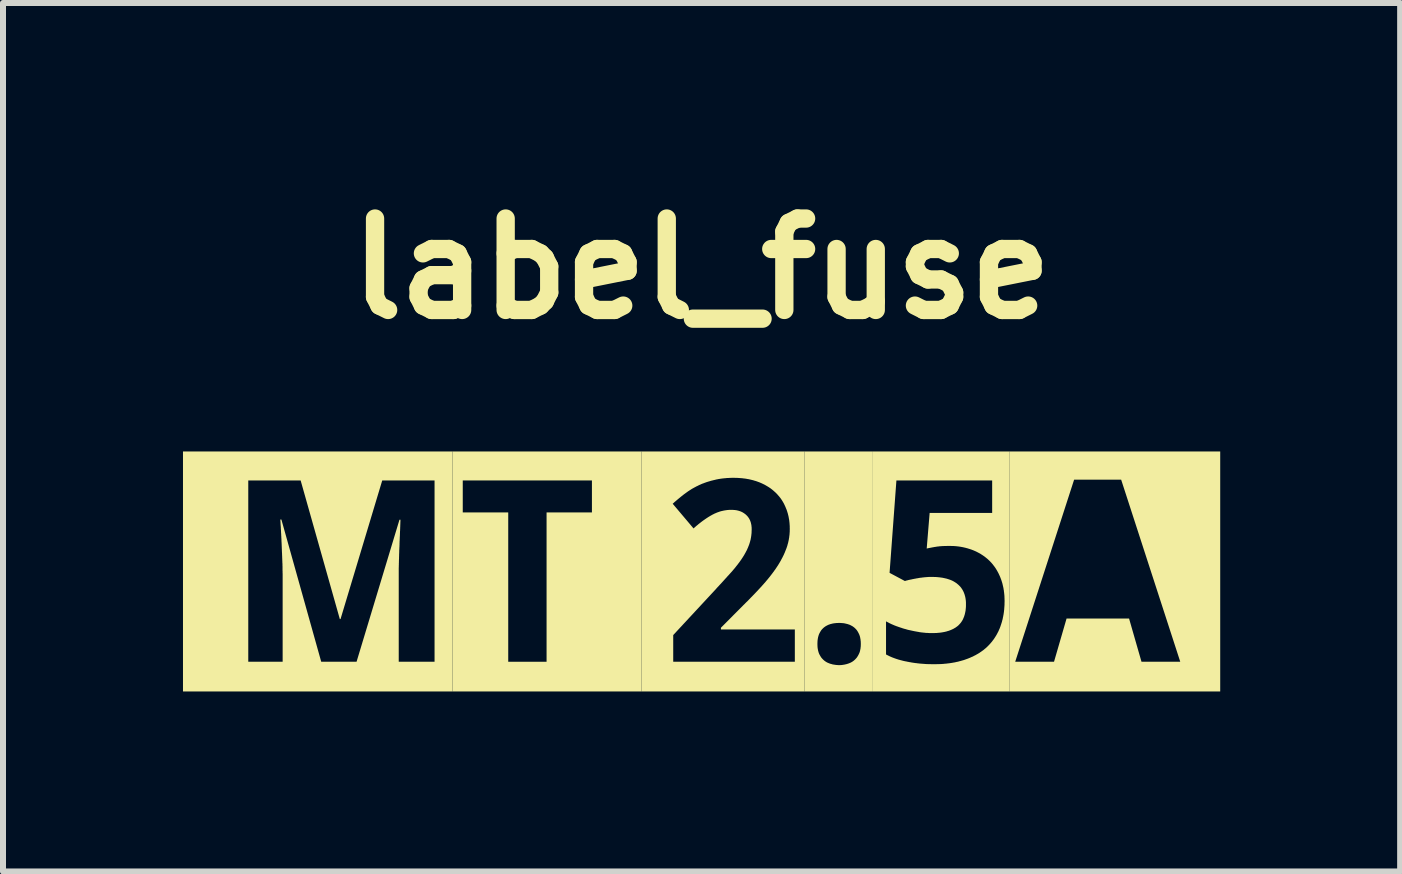
<source format=kicad_pcb>
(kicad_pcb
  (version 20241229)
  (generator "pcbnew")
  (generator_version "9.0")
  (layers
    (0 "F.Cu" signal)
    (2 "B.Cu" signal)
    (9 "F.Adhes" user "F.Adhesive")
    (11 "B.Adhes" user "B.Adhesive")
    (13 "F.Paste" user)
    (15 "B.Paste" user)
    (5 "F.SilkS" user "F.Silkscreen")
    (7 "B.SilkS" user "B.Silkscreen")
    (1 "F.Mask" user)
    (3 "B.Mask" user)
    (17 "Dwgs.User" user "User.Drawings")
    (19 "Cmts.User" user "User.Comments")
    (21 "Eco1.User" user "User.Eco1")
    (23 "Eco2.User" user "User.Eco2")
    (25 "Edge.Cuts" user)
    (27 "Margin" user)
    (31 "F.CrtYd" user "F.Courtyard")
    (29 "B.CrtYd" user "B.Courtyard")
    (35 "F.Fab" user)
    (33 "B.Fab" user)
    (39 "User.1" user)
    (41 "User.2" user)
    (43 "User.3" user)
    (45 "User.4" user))
  (footprint "label_fuse"
    (layer "F.Cu")
    (at 8.644 6.475)
    (property "Reference" "label_fuse" (at 0 -5.048 0) (layer "F.SilkS") (effects (font (size 1.524 1.524) (thickness 0.305))))
    (attr smd)
    (fp_poly (pts (xy -4.15 -2) (xy -3.981 -1.517) (xy -1.828 -1.517) (xy -1.828 -0.984) (xy -2.584 -0.984) (xy -2.584 1.505) (xy -3.223 1.505) (xy -3.223 -0.984) (xy -3.981 -0.984) (xy -3.981 -1.517) (xy -4.15 -2) (xy -4.15 2) (xy -1.004 2) (xy -1.004 -2) (xy -4.15 -2)) (stroke (width 0) (type solid)) (fill yes) (layer "F.SilkS"))
    (fp_poly (pts (xy 5.128 -2) (xy 6.209 -1.53) (xy 6.993 -1.53) (xy 7.978 1.505) (xy 7.332 1.505) (xy 7.125 0.785) (xy 6.083 0.785) (xy 5.874 1.505) (xy 5.227 1.505) (xy 6.209 -1.53) (xy 5.128 -2) (xy 5.128 2) (xy 8.644 2) (xy 8.644 -2) (xy 5.128 -2)) (stroke (width 0) (type solid)) (fill yes) (layer "F.SilkS"))
    (fp_poly (pts (xy -8.644 -2) (xy -7.556 -1.517) (xy -6.683 -1.517) (xy -6.03 0.793) (xy -6.018 0.793) (xy -5.323 -1.517) (xy -4.451 -1.517) (xy -4.451 1.505) (xy -5.048 1.505) (xy -5.048 0.074) (xy -5.048 -0.048) (xy -5.048 -0.06) (xy -5.047 -0.073) (xy -5.047 -0.085) (xy -5.047 -0.098) (xy -5.046 -0.111) (xy -5.046 -0.124) (xy -5.046 -0.138) (xy -5.045 -0.151) (xy -5.045 -0.165) (xy -5.045 -0.178) (xy -5.044 -0.192) (xy -5.044 -0.205) (xy -5.043 -0.218) (xy -5.043 -0.231) (xy -5.043 -0.243) (xy -5.042 -0.256) (xy -5.042 -0.269) (xy -5.042 -0.282) (xy -5.041 -0.295) (xy -5.041 -0.308) (xy -5.04 -0.321) (xy -5.04 -0.334) (xy -5.04 -0.348) (xy -5.039 -0.362) (xy -5.038 -0.376) (xy -5.038 -0.39) (xy -5.037 -0.404) (xy -5.036 -0.418) (xy -5.036 -0.432) (xy -5.035 -0.446) (xy -5.035 -0.459) (xy -5.035 -0.473) (xy -5.034 -0.487) (xy -5.034 -0.5) (xy -5.033 -0.514) (xy -5.032 -0.527) (xy -5.032 -0.54) (xy -5.031 -0.554) (xy -5.031 -0.568) (xy -5.03 -0.581) (xy -5.029 -0.595) (xy -5.029 -0.608) (xy -5.028 -0.622) (xy -5.028 -0.636) (xy -5.027 -0.65) (xy -5.027 -0.664) (xy -5.026 -0.677) (xy -5.025 -0.691) (xy -5.025 -0.705) (xy -5.024 -0.719) (xy -5.024 -0.733) (xy -5.023 -0.747) (xy -5.023 -0.762) (xy -5.022 -0.776) (xy -5.022 -0.79) (xy -5.021 -0.804) (xy -5.021 -0.819) (xy -5.02 -0.833) (xy -5.02 -0.847) (xy -5.019 -0.862) (xy -5.036 -0.862) (xy -5.751 1.505) (xy -6.34 1.505) (xy -7.004 -0.866) (xy -7.022 -0.866) (xy -7.021 -0.852) (xy -7.02 -0.838) (xy -7.019 -0.824) (xy -7.018 -0.81) (xy -7.018 -0.796) (xy -7.017 -0.782) (xy -7.016 -0.768) (xy -7.015 -0.755) (xy -7.014 -0.741) (xy -7.013 -0.727) (xy -7.013 -0.713) (xy -7.012 -0.7) (xy -7.011 -0.686) (xy -7.01 -0.672) (xy -7.01 -0.659) (xy -7.009 -0.645) (xy -7.008 -0.631) (xy -7.007 -0.618) (xy -7.007 -0.605) (xy -7.006 -0.591) (xy -7.005 -0.578) (xy -7.005 -0.564) (xy -7.004 -0.551) (xy -7.003 -0.538) (xy -7.003 -0.524) (xy -7.002 -0.511) (xy -7.002 -0.498) (xy -7.001 -0.485) (xy -7 -0.472) (xy -7 -0.46) (xy -6.999 -0.447) (xy -6.999 -0.434) (xy -6.998 -0.421) (xy -6.998 -0.407) (xy -6.997 -0.394) (xy -6.997 -0.381) (xy -6.996 -0.368) (xy -6.996 -0.354) (xy -6.995 -0.341) (xy -6.995 -0.328) (xy -6.994 -0.314) (xy -6.993 -0.301) (xy -6.993 -0.288) (xy -6.992 -0.274) (xy -6.992 -0.261) (xy -6.991 -0.248) (xy -6.991 -0.235) (xy -6.99 -0.222) (xy -6.99 -0.208) (xy -6.989 -0.195) (xy -6.989 -0.182) (xy -6.988 -0.168) (xy -6.988 -0.154) (xy -6.987 -0.14) (xy -6.986 -0.126) (xy -6.986 -0.112) (xy -6.986 -0.098) (xy -6.985 -0.085) (xy -6.985 -0.071) (xy -6.985 -0.058) (xy -6.985 -0.044) (xy -6.985 -0.031) (xy -6.985 -0.017) (xy -6.984 -0.003) (xy -6.984 0.011) (xy -6.984 0.024) (xy -6.983 0.038) (xy -6.983 0.05) (xy -6.983 0.063) (xy -6.983 0.075) (xy -6.983 0.087) (xy -6.983 0.099) (xy -6.983 1.505) (xy -7.556 1.505) (xy -7.556 -1.517) (xy -8.644 -2) (xy -8.644 2) (xy -4.15 2) (xy -4.15 -2) (xy -8.644 -2)) (stroke (width 0) (type solid)) (fill yes) (layer "F.SilkS"))
    (fp_poly (pts (xy 1.718 -2) (xy 2.294 0.858) (xy 2.309 0.858) (xy 2.323 0.859) (xy 2.337 0.86) (xy 2.351 0.861) (xy 2.364 0.862) (xy 2.378 0.864) (xy 2.391 0.867) (xy 2.404 0.87) (xy 2.417 0.873) (xy 2.43 0.876) (xy 2.443 0.88) (xy 2.456 0.885) (xy 2.469 0.889) (xy 2.481 0.895) (xy 2.492 0.901) (xy 2.504 0.907) (xy 2.515 0.913) (xy 2.526 0.921) (xy 2.536 0.928) (xy 2.546 0.936) (xy 2.556 0.945) (xy 2.565 0.954) (xy 2.574 0.963) (xy 2.583 0.974) (xy 2.591 0.984) (xy 2.598 0.996) (xy 2.606 1.007) (xy 2.612 1.02) (xy 2.619 1.033) (xy 2.625 1.046) (xy 2.63 1.057) (xy 2.634 1.069) (xy 2.638 1.081) (xy 2.641 1.093) (xy 2.644 1.106) (xy 2.646 1.12) (xy 2.649 1.134) (xy 2.65 1.148) (xy 2.652 1.162) (xy 2.653 1.178) (xy 2.653 1.193) (xy 2.654 1.209) (xy 2.653 1.224) (xy 2.653 1.239) (xy 2.652 1.254) (xy 2.65 1.268) (xy 2.649 1.282) (xy 2.646 1.295) (xy 2.644 1.309) (xy 2.641 1.321) (xy 2.638 1.334) (xy 2.634 1.346) (xy 2.63 1.357) (xy 2.625 1.368) (xy 2.619 1.381) (xy 2.612 1.394) (xy 2.606 1.406) (xy 2.598 1.418) (xy 2.591 1.429) (xy 2.583 1.44) (xy 2.574 1.45) (xy 2.565 1.46) (xy 2.556 1.469) (xy 2.546 1.478) (xy 2.536 1.487) (xy 2.526 1.494) (xy 2.515 1.502) (xy 2.504 1.509) (xy 2.492 1.515) (xy 2.481 1.521) (xy 2.469 1.526) (xy 2.456 1.531) (xy 2.443 1.536) (xy 2.43 1.54) (xy 2.417 1.544) (xy 2.404 1.547) (xy 2.391 1.55) (xy 2.378 1.553) (xy 2.364 1.555) (xy 2.351 1.557) (xy 2.337 1.559) (xy 2.323 1.56) (xy 2.309 1.561) (xy 2.294 1.561) (xy 2.28 1.561) (xy 2.267 1.56) (xy 2.253 1.559) (xy 2.24 1.558) (xy 2.227 1.556) (xy 2.214 1.554) (xy 2.201 1.552) (xy 2.188 1.55) (xy 2.176 1.547) (xy 2.164 1.543) (xy 2.151 1.54) (xy 2.138 1.536) (xy 2.126 1.531) (xy 2.113 1.526) (xy 2.101 1.521) (xy 2.089 1.515) (xy 2.078 1.509) (xy 2.067 1.502) (xy 2.056 1.494) (xy 2.046 1.487) (xy 2.036 1.478) (xy 2.026 1.469) (xy 2.017 1.46) (xy 2.008 1.45) (xy 1.999 1.44) (xy 1.991 1.429) (xy 1.984 1.418) (xy 1.977 1.406) (xy 1.97 1.394) (xy 1.963 1.381) (xy 1.957 1.368) (xy 1.953 1.357) (xy 1.949 1.346) (xy 1.946 1.334) (xy 1.942 1.321) (xy 1.94 1.309) (xy 1.937 1.295) (xy 1.935 1.282) (xy 1.933 1.268) (xy 1.932 1.254) (xy 1.931 1.239) (xy 1.931 1.224) (xy 1.93 1.209) (xy 1.931 1.193) (xy 1.931 1.178) (xy 1.932 1.162) (xy 1.933 1.148) (xy 1.935 1.134) (xy 1.937 1.12) (xy 1.94 1.106) (xy 1.942 1.093) (xy 1.946 1.081) (xy 1.949 1.069) (xy 1.953 1.057) (xy 1.957 1.046) (xy 1.963 1.033) (xy 1.97 1.02) (xy 1.977 1.007) (xy 1.984 0.996) (xy 1.991 0.984) (xy 1.999 0.974) (xy 2.008 0.963) (xy 2.017 0.954) (xy 2.026 0.945) (xy 2.036 0.936) (xy 2.046 0.928) (xy 2.056 0.921) (xy 2.067 0.913) (xy 2.078 0.907) (xy 2.089 0.901) (xy 2.101 0.895) (xy 2.113 0.889) (xy 2.126 0.885) (xy 2.138 0.88) (xy 2.151 0.876) (xy 2.164 0.873) (xy 2.176 0.87) (xy 2.188 0.867) (xy 2.201 0.865) (xy 2.214 0.863) (xy 2.227 0.862) (xy 2.24 0.86) (xy 2.253 0.859) (xy 2.267 0.859) (xy 2.28 0.858) (xy 2.294 0.858) (xy 1.718 -2) (xy 1.718 2) (xy 2.855 2) (xy 2.855 -2) (xy 1.718 -2)) (stroke (width 0) (type solid)) (fill yes) (layer "F.SilkS"))
    (fp_poly (pts (xy -1.004 -2) (xy 0.533 -1.561) (xy 0.548 -1.561) (xy 0.563 -1.56) (xy 0.577 -1.56) (xy 0.592 -1.56) (xy 0.607 -1.559) (xy 0.621 -1.558) (xy 0.635 -1.557) (xy 0.649 -1.556) (xy 0.663 -1.555) (xy 0.677 -1.554) (xy 0.691 -1.552) (xy 0.705 -1.55) (xy 0.718 -1.549) (xy 0.732 -1.547) (xy 0.745 -1.545) (xy 0.759 -1.542) (xy 0.772 -1.54) (xy 0.785 -1.538) (xy 0.798 -1.535) (xy 0.811 -1.532) (xy 0.824 -1.529) (xy 0.836 -1.526) (xy 0.849 -1.523) (xy 0.861 -1.52) (xy 0.873 -1.516) (xy 0.886 -1.512) (xy 0.898 -1.509) (xy 0.91 -1.505) (xy 0.922 -1.501) (xy 0.935 -1.496) (xy 0.949 -1.491) (xy 0.963 -1.486) (xy 0.976 -1.48) (xy 0.989 -1.475) (xy 1.002 -1.469) (xy 1.015 -1.463) (xy 1.027 -1.457) (xy 1.04 -1.451) (xy 1.052 -1.445) (xy 1.064 -1.438) (xy 1.076 -1.431) (xy 1.088 -1.424) (xy 1.1 -1.417) (xy 1.111 -1.41) (xy 1.123 -1.403) (xy 1.134 -1.395) (xy 1.145 -1.388) (xy 1.156 -1.38) (xy 1.166 -1.372) (xy 1.177 -1.364) (xy 1.187 -1.355) (xy 1.197 -1.347) (xy 1.207 -1.338) (xy 1.217 -1.329) (xy 1.227 -1.32) (xy 1.237 -1.311) (xy 1.247 -1.301) (xy 1.256 -1.291) (xy 1.265 -1.282) (xy 1.274 -1.271) (xy 1.283 -1.261) (xy 1.292 -1.251) (xy 1.3 -1.24) (xy 1.309 -1.23) (xy 1.317 -1.219) (xy 1.325 -1.208) (xy 1.332 -1.197) (xy 1.34 -1.185) (xy 1.347 -1.174) (xy 1.354 -1.162) (xy 1.361 -1.15) (xy 1.368 -1.138) (xy 1.374 -1.126) (xy 1.38 -1.114) (xy 1.386 -1.101) (xy 1.392 -1.088) (xy 1.398 -1.075) (xy 1.403 -1.062) (xy 1.408 -1.05) (xy 1.413 -1.038) (xy 1.418 -1.026) (xy 1.422 -1.013) (xy 1.426 -1.001) (xy 1.43 -0.988) (xy 1.434 -0.975) (xy 1.438 -0.962) (xy 1.441 -0.949) (xy 1.444 -0.936) (xy 1.448 -0.923) (xy 1.45 -0.909) (xy 1.453 -0.896) (xy 1.455 -0.882) (xy 1.458 -0.868) (xy 1.46 -0.854) (xy 1.462 -0.84) (xy 1.463 -0.826) (xy 1.465 -0.812) (xy 1.466 -0.798) (xy 1.467 -0.783) (xy 1.468 -0.769) (xy 1.469 -0.754) (xy 1.469 -0.739) (xy 1.469 -0.724) (xy 1.47 -0.709) (xy 1.469 -0.695) (xy 1.469 -0.681) (xy 1.469 -0.667) (xy 1.468 -0.653) (xy 1.467 -0.639) (xy 1.466 -0.625) (xy 1.465 -0.611) (xy 1.463 -0.597) (xy 1.461 -0.583) (xy 1.46 -0.569) (xy 1.457 -0.555) (xy 1.455 -0.542) (xy 1.453 -0.528) (xy 1.45 -0.514) (xy 1.447 -0.501) (xy 1.444 -0.487) (xy 1.441 -0.474) (xy 1.437 -0.461) (xy 1.433 -0.447) (xy 1.43 -0.434) (xy 1.426 -0.421) (xy 1.421 -0.407) (xy 1.417 -0.394) (xy 1.412 -0.381) (xy 1.407 -0.368) (xy 1.402 -0.356) (xy 1.397 -0.343) (xy 1.392 -0.331) (xy 1.387 -0.318) (xy 1.382 -0.306) (xy 1.376 -0.294) (xy 1.371 -0.281) (xy 1.365 -0.269) (xy 1.359 -0.257) (xy 1.353 -0.245) (xy 1.347 -0.232) (xy 1.34 -0.22) (xy 1.334 -0.208) (xy 1.327 -0.196) (xy 1.321 -0.183) (xy 1.314 -0.171) (xy 1.307 -0.159) (xy 1.3 -0.147) (xy 1.293 -0.135) (xy 1.285 -0.123) (xy 1.278 -0.11) (xy 1.27 -0.098) (xy 1.262 -0.086) (xy 1.254 -0.074) (xy 1.246 -0.062) (xy 1.238 -0.05) (xy 1.231 -0.039) (xy 1.223 -0.028) (xy 1.215 -0.018) (xy 1.208 -0.007) (xy 1.2 0.004) (xy 1.192 0.014) (xy 1.184 0.025) (xy 1.176 0.036) (xy 1.168 0.046) (xy 1.16 0.057) (xy 1.151 0.068) (xy 1.143 0.079) (xy 1.135 0.089) (xy 1.126 0.1) (xy 1.117 0.111) (xy 1.109 0.121) (xy 1.1 0.132) (xy 1.091 0.143) (xy 1.082 0.153) (xy 1.073 0.164) (xy 1.064 0.175) (xy 1.055 0.186) (xy 1.045 0.196) (xy 1.036 0.207) (xy 1.026 0.218) (xy 1.017 0.228) (xy 1.007 0.239) (xy 0.998 0.25) (xy 0.988 0.26) (xy 0.979 0.27) (xy 0.97 0.28) (xy 0.96 0.29) (xy 0.951 0.3) (xy 0.942 0.31) (xy 0.933 0.32) (xy 0.923 0.33) (xy 0.914 0.34) (xy 0.904 0.35) (xy 0.895 0.36) (xy 0.885 0.37) (xy 0.876 0.38) (xy 0.866 0.39) (xy 0.856 0.4) (xy 0.847 0.41) (xy 0.837 0.42) (xy 0.827 0.43) (xy 0.817 0.44) (xy 0.808 0.45) (xy 0.798 0.46) (xy 0.788 0.47) (xy 0.778 0.481) (xy 0.768 0.491) (xy 0.758 0.501) (xy 0.747 0.511) (xy 0.737 0.521) (xy 0.727 0.531) (xy 0.717 0.542) (xy 0.706 0.552) (xy 0.696 0.562) (xy 0.686 0.572) (xy 0.322 0.938) (xy 0.322 0.967) (xy 1.554 0.967) (xy 1.554 1.505) (xy -0.473 1.505) (xy -0.473 1.06) (xy 0.238 0.294) (xy 0.248 0.282) (xy 0.258 0.271) (xy 0.268 0.26) (xy 0.278 0.25) (xy 0.288 0.239) (xy 0.298 0.228) (xy 0.308 0.217) (xy 0.318 0.207) (xy 0.328 0.196) (xy 0.337 0.186) (xy 0.347 0.175) (xy 0.356 0.165) (xy 0.366 0.154) (xy 0.375 0.144) (xy 0.384 0.134) (xy 0.393 0.124) (xy 0.402 0.114) (xy 0.412 0.104) (xy 0.42 0.094) (xy 0.429 0.084) (xy 0.438 0.074) (xy 0.447 0.065) (xy 0.456 0.055) (xy 0.464 0.046) (xy 0.473 0.036) (xy 0.481 0.027) (xy 0.491 0.016) (xy 0.501 0.005) (xy 0.511 -0.006) (xy 0.52 -0.017) (xy 0.529 -0.028) (xy 0.539 -0.039) (xy 0.548 -0.05) (xy 0.557 -0.061) (xy 0.566 -0.072) (xy 0.574 -0.083) (xy 0.583 -0.094) (xy 0.591 -0.104) (xy 0.6 -0.115) (xy 0.608 -0.126) (xy 0.616 -0.137) (xy 0.624 -0.147) (xy 0.632 -0.158) (xy 0.64 -0.169) (xy 0.647 -0.179) (xy 0.655 -0.19) (xy 0.662 -0.2) (xy 0.669 -0.211) (xy 0.677 -0.223) (xy 0.685 -0.235) (xy 0.693 -0.248) (xy 0.701 -0.26) (xy 0.708 -0.272) (xy 0.715 -0.284) (xy 0.722 -0.297) (xy 0.729 -0.309) (xy 0.736 -0.322) (xy 0.742 -0.334) (xy 0.749 -0.346) (xy 0.755 -0.359) (xy 0.761 -0.371) (xy 0.766 -0.384) (xy 0.772 -0.396) (xy 0.777 -0.409) (xy 0.782 -0.422) (xy 0.787 -0.434) (xy 0.792 -0.447) (xy 0.796 -0.459) (xy 0.8 -0.472) (xy 0.804 -0.485) (xy 0.808 -0.498) (xy 0.811 -0.511) (xy 0.815 -0.524) (xy 0.818 -0.537) (xy 0.82 -0.551) (xy 0.823 -0.564) (xy 0.825 -0.578) (xy 0.827 -0.592) (xy 0.829 -0.605) (xy 0.83 -0.619) (xy 0.832 -0.633) (xy 0.833 -0.647) (xy 0.833 -0.661) (xy 0.834 -0.676) (xy 0.834 -0.69) (xy 0.835 -0.705) (xy 0.834 -0.72) (xy 0.834 -0.735) (xy 0.832 -0.749) (xy 0.831 -0.763) (xy 0.829 -0.777) (xy 0.826 -0.79) (xy 0.823 -0.804) (xy 0.82 -0.816) (xy 0.816 -0.829) (xy 0.811 -0.841) (xy 0.807 -0.853) (xy 0.801 -0.864) (xy 0.796 -0.875) (xy 0.789 -0.886) (xy 0.783 -0.896) (xy 0.775 -0.906) (xy 0.768 -0.916) (xy 0.76 -0.925) (xy 0.751 -0.934) (xy 0.742 -0.943) (xy 0.733 -0.951) (xy 0.723 -0.959) (xy 0.713 -0.966) (xy 0.703 -0.973) (xy 0.692 -0.98) (xy 0.682 -0.986) (xy 0.67 -0.992) (xy 0.659 -0.997) (xy 0.647 -1.002) (xy 0.635 -1.006) (xy 0.622 -1.01) (xy 0.609 -1.014) (xy 0.596 -1.017) (xy 0.583 -1.02) (xy 0.569 -1.022) (xy 0.555 -1.024) (xy 0.541 -1.025) (xy 0.526 -1.026) (xy 0.511 -1.027) (xy 0.496 -1.027) (xy 0.482 -1.027) (xy 0.468 -1.027) (xy 0.455 -1.026) (xy 0.441 -1.025) (xy 0.428 -1.024) (xy 0.415 -1.022) (xy 0.401 -1.02) (xy 0.388 -1.018) (xy 0.375 -1.016) (xy 0.362 -1.013) (xy 0.348 -1.01) (xy 0.335 -1.007) (xy 0.322 -1.004) (xy 0.309 -1) (xy 0.296 -0.996) (xy 0.283 -0.991) (xy 0.27 -0.987) (xy 0.258 -0.982) (xy 0.245 -0.977) (xy 0.232 -0.971) (xy 0.219 -0.966) (xy 0.207 -0.96) (xy 0.194 -0.953) (xy 0.181 -0.947) (xy 0.171 -0.941) (xy 0.16 -0.935) (xy 0.149 -0.929) (xy 0.138 -0.922) (xy 0.127 -0.916) (xy 0.116 -0.909) (xy 0.105 -0.902) (xy 0.094 -0.895) (xy 0.083 -0.888) (xy 0.072 -0.88) (xy 0.061 -0.873) (xy 0.05 -0.865) (xy 0.038 -0.857) (xy 0.027 -0.849) (xy 0.016 -0.841) (xy 0.004 -0.832) (xy -0.007 -0.824) (xy -0.018 -0.815) (xy -0.03 -0.806) (xy -0.041 -0.797) (xy -0.053 -0.788) (xy -0.064 -0.778) (xy -0.076 -0.768) (xy -0.088 -0.759) (xy -0.099 -0.749) (xy -0.111 -0.738) (xy -0.123 -0.728) (xy -0.134 -0.717) (xy -0.482 -1.129) (xy -0.471 -1.138) (xy -0.461 -1.147) (xy -0.451 -1.157) (xy -0.44 -1.166) (xy -0.429 -1.175) (xy -0.419 -1.184) (xy -0.408 -1.193) (xy -0.398 -1.202) (xy -0.387 -1.211) (xy -0.376 -1.22) (xy -0.365 -1.229) (xy -0.354 -1.238) (xy -0.343 -1.247) (xy -0.332 -1.256) (xy -0.321 -1.264) (xy -0.31 -1.273) (xy -0.299 -1.282) (xy -0.288 -1.29) (xy -0.277 -1.298) (xy -0.266 -1.306) (xy -0.255 -1.314) (xy -0.244 -1.322) (xy -0.233 -1.33) (xy -0.222 -1.338) (xy -0.21 -1.345) (xy -0.199 -1.353) (xy -0.187 -1.36) (xy -0.175 -1.368) (xy -0.164 -1.375) (xy -0.152 -1.382) (xy -0.139 -1.389) (xy -0.127 -1.396) (xy -0.115 -1.402) (xy -0.102 -1.409) (xy -0.09 -1.416) (xy -0.077 -1.422) (xy -0.064 -1.428) (xy -0.053 -1.434) (xy -0.041 -1.44) (xy -0.029 -1.445) (xy -0.017 -1.45) (xy -0.005 -1.456) (xy 0.007 -1.461) (xy 0.02 -1.466) (xy 0.032 -1.47) (xy 0.045 -1.475) (xy 0.057 -1.48) (xy 0.07 -1.484) (xy 0.083 -1.489) (xy 0.096 -1.493) (xy 0.109 -1.497) (xy 0.123 -1.501) (xy 0.136 -1.505) (xy 0.149 -1.509) (xy 0.163 -1.513) (xy 0.177 -1.516) (xy 0.191 -1.52) (xy 0.205 -1.523) (xy 0.217 -1.526) (xy 0.229 -1.529) (xy 0.242 -1.532) (xy 0.254 -1.535) (xy 0.267 -1.537) (xy 0.28 -1.54) (xy 0.293 -1.542) (xy 0.306 -1.544) (xy 0.319 -1.546) (xy 0.333 -1.548) (xy 0.346 -1.55) (xy 0.36 -1.551) (xy 0.374 -1.553) (xy 0.388 -1.554) (xy 0.402 -1.555) (xy 0.416 -1.557) (xy 0.43 -1.558) (xy 0.444 -1.558) (xy 0.459 -1.559) (xy 0.473 -1.56) (xy 0.488 -1.56) (xy 0.503 -1.561) (xy 0.518 -1.561) (xy 0.533 -1.561) (xy -1.004 -2) (xy -1.004 2) (xy 1.718 2) (xy 1.718 -2) (xy -1.004 -2)) (stroke (width 0) (type solid)) (fill yes) (layer "F.SilkS"))
    (fp_poly (pts (xy 2.855 -2) (xy 3.247 -1.517) (xy 4.843 -1.517) (xy 4.843 -0.976) (xy 3.801 -0.976) (xy 3.752 -0.382) (xy 3.763 -0.385) (xy 3.774 -0.387) (xy 3.786 -0.39) (xy 3.798 -0.392) (xy 3.81 -0.394) (xy 3.823 -0.397) (xy 3.836 -0.399) (xy 3.849 -0.402) (xy 3.862 -0.404) (xy 3.876 -0.407) (xy 3.89 -0.409) (xy 3.904 -0.411) (xy 3.915 -0.413) (xy 3.926 -0.415) (xy 3.937 -0.416) (xy 3.949 -0.417) (xy 3.961 -0.419) (xy 3.973 -0.42) (xy 3.986 -0.421) (xy 3.999 -0.422) (xy 4.012 -0.423) (xy 4.026 -0.423) (xy 4.04 -0.424) (xy 4.055 -0.425) (xy 4.069 -0.425) (xy 4.085 -0.425) (xy 4.1 -0.426) (xy 4.116 -0.426) (xy 4.132 -0.426) (xy 4.146 -0.426) (xy 4.161 -0.425) (xy 4.175 -0.425) (xy 4.189 -0.424) (xy 4.203 -0.424) (xy 4.217 -0.423) (xy 4.231 -0.422) (xy 4.245 -0.421) (xy 4.258 -0.419) (xy 4.272 -0.418) (xy 4.286 -0.416) (xy 4.299 -0.414) (xy 4.313 -0.412) (xy 4.326 -0.41) (xy 4.339 -0.407) (xy 4.353 -0.405) (xy 4.366 -0.402) (xy 4.379 -0.399) (xy 4.392 -0.396) (xy 4.405 -0.393) (xy 4.418 -0.389) (xy 4.431 -0.386) (xy 4.443 -0.382) (xy 4.456 -0.378) (xy 4.469 -0.374) (xy 4.481 -0.37) (xy 4.494 -0.366) (xy 4.507 -0.361) (xy 4.52 -0.356) (xy 4.533 -0.351) (xy 4.546 -0.345) (xy 4.559 -0.34) (xy 4.571 -0.334) (xy 4.584 -0.328) (xy 4.596 -0.322) (xy 4.608 -0.315) (xy 4.621 -0.309) (xy 4.633 -0.302) (xy 4.644 -0.296) (xy 4.656 -0.289) (xy 4.667 -0.281) (xy 4.679 -0.274) (xy 4.69 -0.266) (xy 4.701 -0.259) (xy 4.712 -0.251) (xy 4.723 -0.243) (xy 4.734 -0.234) (xy 4.744 -0.226) (xy 4.755 -0.217) (xy 4.765 -0.209) (xy 4.775 -0.2) (xy 4.785 -0.19) (xy 4.795 -0.181) (xy 4.804 -0.172) (xy 4.813 -0.163) (xy 4.822 -0.153) (xy 4.831 -0.144) (xy 4.839 -0.134) (xy 4.848 -0.124) (xy 4.856 -0.114) (xy 4.864 -0.103) (xy 4.872 -0.093) (xy 4.88 -0.082) (xy 4.888 -0.071) (xy 4.896 -0.06) (xy 4.903 -0.049) (xy 4.91 -0.038) (xy 4.917 -0.026) (xy 4.924 -0.014) (xy 4.931 -0.002) (xy 4.937 0.01) (xy 4.944 0.022) (xy 4.95 0.034) (xy 4.956 0.047) (xy 4.962 0.06) (xy 4.968 0.073) (xy 4.974 0.086) (xy 4.979 0.099) (xy 4.984 0.111) (xy 4.988 0.123) (xy 4.993 0.135) (xy 4.997 0.147) (xy 5.001 0.16) (xy 5.005 0.172) (xy 5.009 0.185) (xy 5.013 0.198) (xy 5.016 0.211) (xy 5.019 0.224) (xy 5.022 0.237) (xy 5.025 0.25) (xy 5.028 0.263) (xy 5.031 0.277) (xy 5.033 0.29) (xy 5.035 0.304) (xy 5.038 0.318) (xy 5.039 0.332) (xy 5.041 0.346) (xy 5.043 0.36) (xy 5.044 0.375) (xy 5.046 0.389) (xy 5.047 0.404) (xy 5.048 0.419) (xy 5.048 0.434) (xy 5.049 0.449) (xy 5.049 0.464) (xy 5.05 0.479) (xy 5.05 0.494) (xy 5.05 0.509) (xy 5.049 0.524) (xy 5.049 0.538) (xy 5.049 0.553) (xy 5.048 0.568) (xy 5.047 0.582) (xy 5.046 0.596) (xy 5.045 0.61) (xy 5.044 0.625) (xy 5.043 0.639) (xy 5.041 0.653) (xy 5.04 0.666) (xy 5.038 0.68) (xy 5.036 0.694) (xy 5.034 0.707) (xy 5.032 0.721) (xy 5.029 0.734) (xy 5.027 0.748) (xy 5.024 0.761) (xy 5.021 0.774) (xy 5.019 0.787) (xy 5.016 0.8) (xy 5.012 0.813) (xy 5.009 0.825) (xy 5.006 0.838) (xy 5.002 0.851) (xy 4.998 0.863) (xy 4.994 0.876) (xy 4.99 0.888) (xy 4.986 0.9) (xy 4.982 0.912) (xy 4.978 0.924) (xy 4.973 0.936) (xy 4.968 0.95) (xy 4.962 0.963) (xy 4.956 0.976) (xy 4.951 0.989) (xy 4.945 1.002) (xy 4.938 1.014) (xy 4.932 1.027) (xy 4.925 1.039) (xy 4.919 1.051) (xy 4.912 1.063) (xy 4.905 1.075) (xy 4.897 1.087) (xy 4.89 1.099) (xy 4.882 1.11) (xy 4.875 1.122) (xy 4.867 1.133) (xy 4.858 1.144) (xy 4.85 1.155) (xy 4.842 1.166) (xy 4.833 1.177) (xy 4.824 1.187) (xy 4.815 1.198) (xy 4.806 1.208) (xy 4.797 1.218) (xy 4.787 1.228) (xy 4.778 1.238) (xy 4.768 1.248) (xy 4.758 1.257) (xy 4.748 1.267) (xy 4.738 1.276) (xy 4.728 1.284) (xy 4.718 1.292) (xy 4.708 1.301) (xy 4.698 1.309) (xy 4.687 1.317) (xy 4.677 1.324) (xy 4.666 1.332) (xy 4.655 1.34) (xy 4.644 1.347) (xy 4.633 1.355) (xy 4.622 1.362) (xy 4.61 1.369) (xy 4.598 1.376) (xy 4.587 1.382) (xy 4.575 1.389) (xy 4.563 1.396) (xy 4.55 1.402) (xy 4.538 1.408) (xy 4.526 1.415) (xy 4.513 1.421) (xy 4.5 1.426) (xy 4.487 1.432) (xy 4.474 1.438) (xy 4.461 1.443) (xy 4.447 1.449) (xy 4.434 1.454) (xy 4.42 1.459) (xy 4.406 1.464) (xy 4.392 1.469) (xy 4.378 1.474) (xy 4.366 1.478) (xy 4.354 1.481) (xy 4.342 1.485) (xy 4.33 1.488) (xy 4.317 1.492) (xy 4.305 1.495) (xy 4.292 1.498) (xy 4.28 1.502) (xy 4.267 1.505) (xy 4.254 1.507) (xy 4.242 1.51) (xy 4.229 1.513) (xy 4.216 1.516) (xy 4.202 1.518) (xy 4.189 1.52) (xy 4.176 1.523) (xy 4.162 1.525) (xy 4.149 1.527) (xy 4.135 1.529) (xy 4.122 1.531) (xy 4.108 1.532) (xy 4.094 1.534) (xy 4.08 1.536) (xy 4.066 1.537) (xy 4.051 1.538) (xy 4.037 1.54) (xy 4.023 1.541) (xy 4.008 1.542) (xy 3.994 1.543) (xy 3.979 1.543) (xy 3.964 1.544) (xy 3.949 1.545) (xy 3.934 1.545) (xy 3.919 1.545) (xy 3.904 1.546) (xy 3.889 1.546) (xy 3.873 1.546) (xy 3.86 1.546) (xy 3.847 1.546) (xy 3.833 1.546) (xy 3.82 1.545) (xy 3.807 1.545) (xy 3.793 1.545) (xy 3.78 1.544) (xy 3.767 1.544) (xy 3.754 1.543) (xy 3.74 1.543) (xy 3.727 1.542) (xy 3.714 1.541) (xy 3.701 1.54) (xy 3.687 1.539) (xy 3.674 1.538) (xy 3.661 1.537) (xy 3.648 1.536) (xy 3.634 1.535) (xy 3.62 1.533) (xy 3.606 1.532) (xy 3.593 1.53) (xy 3.579 1.528) (xy 3.565 1.527) (xy 3.552 1.525) (xy 3.538 1.523) (xy 3.525 1.521) (xy 3.512 1.519) (xy 3.498 1.517) (xy 3.485 1.514) (xy 3.472 1.512) (xy 3.459 1.51) (xy 3.446 1.507) (xy 3.433 1.505) (xy 3.42 1.502) (xy 3.406 1.499) (xy 3.393 1.497) (xy 3.38 1.494) (xy 3.366 1.491) (xy 3.353 1.488) (xy 3.34 1.484) (xy 3.327 1.481) (xy 3.315 1.478) (xy 3.302 1.474) (xy 3.289 1.471) (xy 3.276 1.467) (xy 3.264 1.463) (xy 3.251 1.459) (xy 3.239 1.455) (xy 3.225 1.45) (xy 3.211 1.445) (xy 3.198 1.44) (xy 3.185 1.435) (xy 3.171 1.43) (xy 3.159 1.424) (xy 3.146 1.419) (xy 3.133 1.413) (xy 3.121 1.407) (xy 3.109 1.401) (xy 3.097 1.395) (xy 3.085 1.389) (xy 3.074 1.383) (xy 3.074 0.831) (xy 3.084 0.837) (xy 3.095 0.843) (xy 3.106 0.848) (xy 3.117 0.854) (xy 3.128 0.86) (xy 3.14 0.866) (xy 3.151 0.871) (xy 3.163 0.877) (xy 3.176 0.882) (xy 3.188 0.888) (xy 3.201 0.893) (xy 3.214 0.899) (xy 3.227 0.904) (xy 3.241 0.909) (xy 3.253 0.914) (xy 3.266 0.918) (xy 3.279 0.923) (xy 3.292 0.927) (xy 3.305 0.932) (xy 3.318 0.936) (xy 3.331 0.94) (xy 3.344 0.945) (xy 3.357 0.949) (xy 3.37 0.953) (xy 3.384 0.957) (xy 3.397 0.96) (xy 3.41 0.964) (xy 3.424 0.968) (xy 3.437 0.972) (xy 3.451 0.975) (xy 3.465 0.978) (xy 3.479 0.981) (xy 3.493 0.984) (xy 3.506 0.987) (xy 3.52 0.99) (xy 3.534 0.993) (xy 3.548 0.996) (xy 3.561 0.998) (xy 3.575 1.001) (xy 3.589 1.003) (xy 3.603 1.006) (xy 3.617 1.008) (xy 3.63 1.011) (xy 3.644 1.013) (xy 3.659 1.015) (xy 3.673 1.017) (xy 3.688 1.018) (xy 3.702 1.02) (xy 3.717 1.021) (xy 3.731 1.023) (xy 3.745 1.024) (xy 3.759 1.025) (xy 3.773 1.025) (xy 3.786 1.026) (xy 3.8 1.027) (xy 3.814 1.027) (xy 3.827 1.027) (xy 3.84 1.027) (xy 3.857 1.027) (xy 3.873 1.027) (xy 3.89 1.026) (xy 3.906 1.026) (xy 3.921 1.025) (xy 3.937 1.023) (xy 3.952 1.022) (xy 3.967 1.021) (xy 3.982 1.019) (xy 3.996 1.017) (xy 4.01 1.015) (xy 4.024 1.012) (xy 4.038 1.01) (xy 4.052 1.007) (xy 4.065 1.004) (xy 4.078 1.001) (xy 4.091 0.997) (xy 4.103 0.993) (xy 4.115 0.99) (xy 4.127 0.986) (xy 4.139 0.981) (xy 4.151 0.977) (xy 4.162 0.972) (xy 4.173 0.967) (xy 4.184 0.962) (xy 4.195 0.957) (xy 4.205 0.951) (xy 4.215 0.945) (xy 4.225 0.94) (xy 4.235 0.933) (xy 4.244 0.927) (xy 4.253 0.92) (xy 4.262 0.914) (xy 4.271 0.906) (xy 4.281 0.898) (xy 4.289 0.889) (xy 4.298 0.88) (xy 4.306 0.871) (xy 4.314 0.862) (xy 4.322 0.852) (xy 4.329 0.842) (xy 4.336 0.832) (xy 4.342 0.822) (xy 4.349 0.811) (xy 4.355 0.799) (xy 4.36 0.788) (xy 4.365 0.776) (xy 4.37 0.764) (xy 4.375 0.752) (xy 4.379 0.739) (xy 4.383 0.726) (xy 4.387 0.713) (xy 4.39 0.699) (xy 4.393 0.686) (xy 4.396 0.671) (xy 4.399 0.657) (xy 4.401 0.642) (xy 4.402 0.627) (xy 4.404 0.612) (xy 4.405 0.596) (xy 4.406 0.58) (xy 4.406 0.564) (xy 4.406 0.548) (xy 4.406 0.532) (xy 4.406 0.516) (xy 4.405 0.501) (xy 4.404 0.486) (xy 4.402 0.471) (xy 4.4 0.457) (xy 4.398 0.443) (xy 4.395 0.429) (xy 4.392 0.415) (xy 4.388 0.402) (xy 4.385 0.389) (xy 4.38 0.376) (xy 4.376 0.364) (xy 4.371 0.351) (xy 4.366 0.339) (xy 4.36 0.328) (xy 4.354 0.316) (xy 4.348 0.305) (xy 4.341 0.294) (xy 4.334 0.284) (xy 4.327 0.273) (xy 4.319 0.263) (xy 4.311 0.253) (xy 4.302 0.244) (xy 4.293 0.235) (xy 4.284 0.226) (xy 4.274 0.217) (xy 4.264 0.209) (xy 4.256 0.202) (xy 4.247 0.195) (xy 4.238 0.189) (xy 4.229 0.183) (xy 4.219 0.177) (xy 4.21 0.171) (xy 4.2 0.165) (xy 4.189 0.16) (xy 4.179 0.154) (xy 4.168 0.149) (xy 4.157 0.145) (xy 4.146 0.14) (xy 4.134 0.136) (xy 4.122 0.132) (xy 4.11 0.128) (xy 4.097 0.124) (xy 4.085 0.12) (xy 4.072 0.117) (xy 4.058 0.114) (xy 4.045 0.111) (xy 4.031 0.108) (xy 4.017 0.105) (xy 4.003 0.103) (xy 3.988 0.101) (xy 3.973 0.099) (xy 3.958 0.097) (xy 3.943 0.096) (xy 3.927 0.094) (xy 3.911 0.093) (xy 3.895 0.092) (xy 3.879 0.092) (xy 3.862 0.091) (xy 3.845 0.091) (xy 3.828 0.091) (xy 3.816 0.091) (xy 3.803 0.091) (xy 3.791 0.091) (xy 3.778 0.092) (xy 3.765 0.093) (xy 3.752 0.094) (xy 3.739 0.095) (xy 3.726 0.096) (xy 3.712 0.097) (xy 3.699 0.099) (xy 3.685 0.1) (xy 3.672 0.102) (xy 3.659 0.104) (xy 3.645 0.105) (xy 3.632 0.107) (xy 3.619 0.109) (xy 3.606 0.112) (xy 3.592 0.114) (xy 3.579 0.116) (xy 3.567 0.119) (xy 3.554 0.121) (xy 3.542 0.123) (xy 3.529 0.126) (xy 3.517 0.128) (xy 3.504 0.131) (xy 3.492 0.134) (xy 3.48 0.136) (xy 3.465 0.139) (xy 3.451 0.142) (xy 3.437 0.146) (xy 3.424 0.149) (xy 3.411 0.152) (xy 3.399 0.156) (xy 3.388 0.159) (xy 3.133 0.023) (xy 3.247 -1.517) (xy 2.855 -2) (xy 2.855 2) (xy 5.128 2) (xy 5.128 -2) (xy 2.855 -2)) (stroke (width 0) (type solid)) (fill yes) (layer "F.SilkS")))
  (gr_rect
    (start -3 -3)
    (end 20.287 11.475)
    (stroke (width 0.1) (type default))
    (fill no)
    (layer "Edge.Cuts")))
</source>
